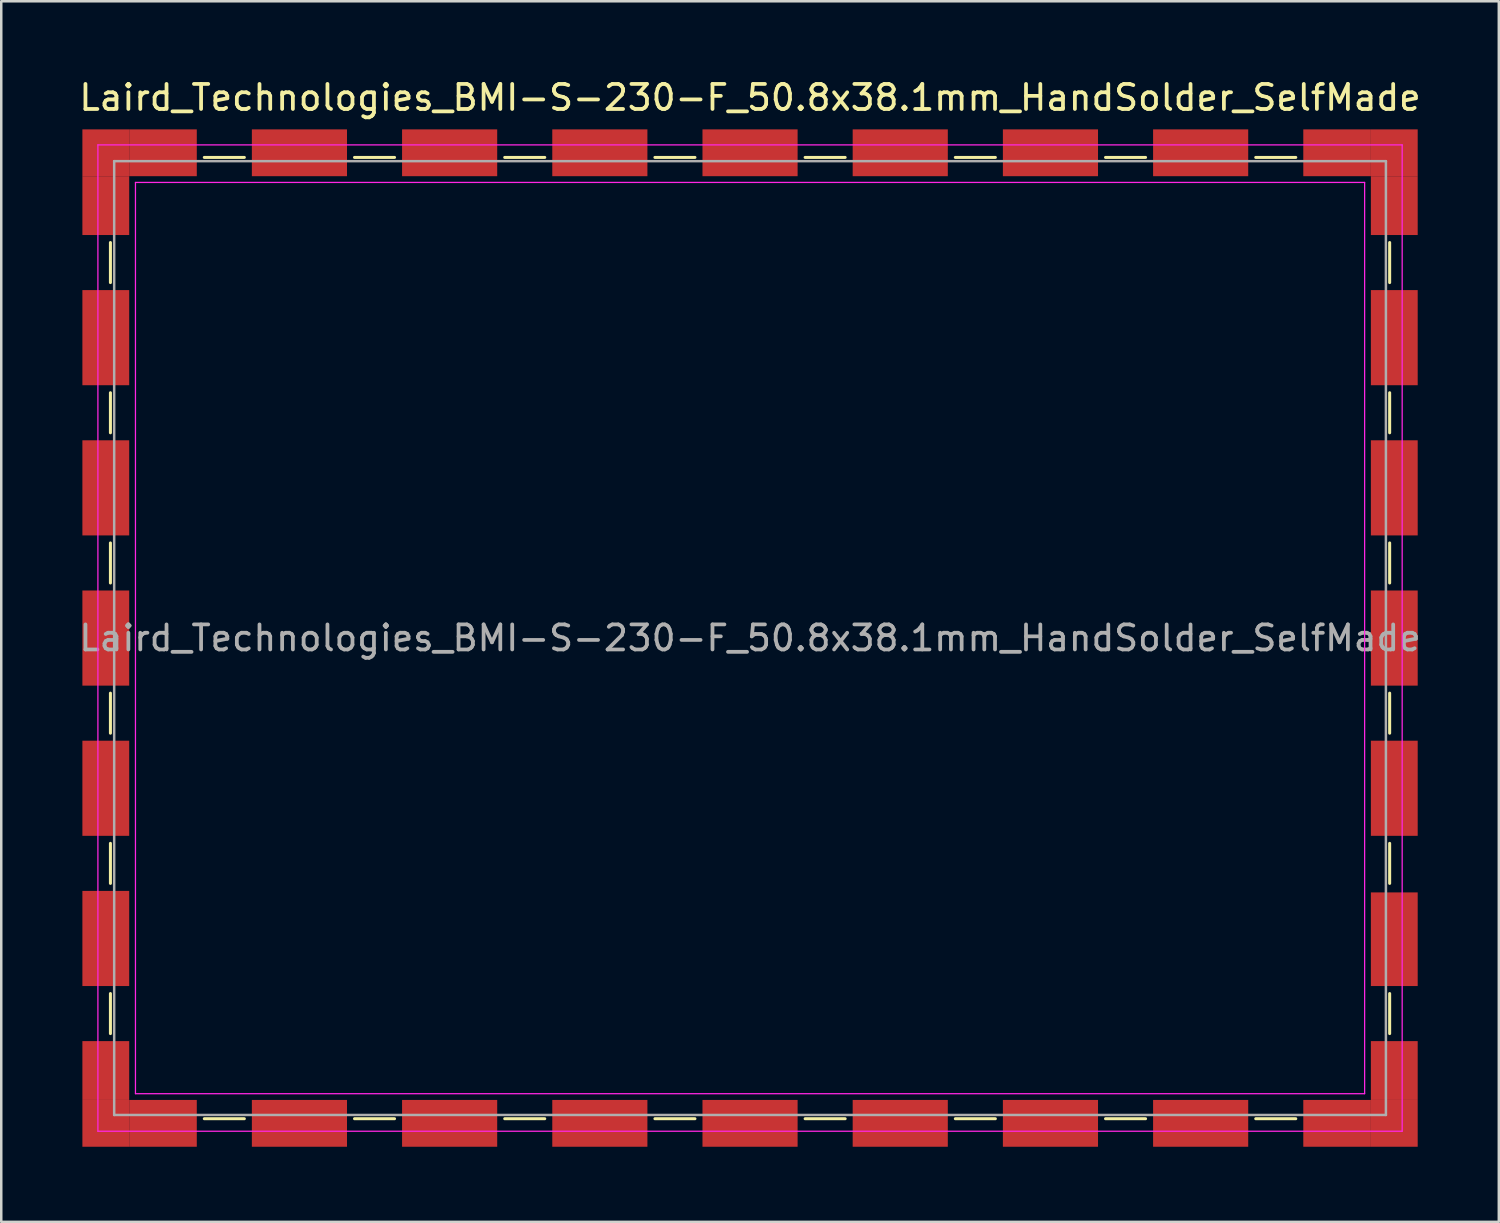
<source format=kicad_pcb>
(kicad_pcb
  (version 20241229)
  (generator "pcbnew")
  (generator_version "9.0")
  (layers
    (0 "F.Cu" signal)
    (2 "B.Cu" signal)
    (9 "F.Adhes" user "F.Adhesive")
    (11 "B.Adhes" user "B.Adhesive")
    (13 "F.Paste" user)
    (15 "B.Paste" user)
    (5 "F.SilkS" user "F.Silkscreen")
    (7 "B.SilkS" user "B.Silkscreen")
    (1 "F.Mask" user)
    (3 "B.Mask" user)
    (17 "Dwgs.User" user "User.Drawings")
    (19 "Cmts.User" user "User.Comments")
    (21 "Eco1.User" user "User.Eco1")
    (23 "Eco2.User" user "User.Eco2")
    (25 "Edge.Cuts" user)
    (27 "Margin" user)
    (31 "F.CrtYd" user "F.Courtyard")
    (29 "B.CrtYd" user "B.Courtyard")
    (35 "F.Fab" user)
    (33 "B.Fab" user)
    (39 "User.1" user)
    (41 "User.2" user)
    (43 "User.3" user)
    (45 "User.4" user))
  (footprint "Laird_Technologies_BMI-S-230-F_50.8x38.1mm_HandSolder_SelfMade"
    (layer "F.Cu")
    (at 26.911 22.438)
    (property "Reference" "Laird_Technologies_BMI-S-230-F_50.8x38.1mm_HandSolder_SelfMade" (at 0 -21.59 0) (layer "F.SilkS") (effects (font (size 1 1) (thickness 0.15))))
    (attr smd)
    (fp_line (start -25.55 -15.8) (end -25.55 -14.2) (stroke (width 0.12) (type solid)) (layer "F.SilkS"))
    (fp_line (start -25.55 -9.8) (end -25.55 -8.2) (stroke (width 0.12) (type solid)) (layer "F.SilkS"))
    (fp_line (start -25.55 -3.8) (end -25.55 -2.2) (stroke (width 0.12) (type solid)) (layer "F.SilkS"))
    (fp_line (start -25.55 2.2) (end -25.55 3.8) (stroke (width 0.12) (type solid)) (layer "F.SilkS"))
    (fp_line (start -25.55 8.2) (end -25.55 9.8) (stroke (width 0.12) (type solid)) (layer "F.SilkS"))
    (fp_line (start -25.55 14.2) (end -25.55 15.8) (stroke (width 0.12) (type solid)) (layer "F.SilkS"))
    (fp_line (start -21.8 -19.2) (end -20.2 -19.2) (stroke (width 0.12) (type solid)) (layer "F.SilkS"))
    (fp_line (start -21.8 19.2) (end -20.2 19.2) (stroke (width 0.12) (type solid)) (layer "F.SilkS"))
    (fp_line (start -15.8 -19.2) (end -14.2 -19.2) (stroke (width 0.12) (type solid)) (layer "F.SilkS"))
    (fp_line (start -15.8 19.2) (end -14.2 19.2) (stroke (width 0.12) (type solid)) (layer "F.SilkS"))
    (fp_line (start -9.8 -19.2) (end -8.2 -19.2) (stroke (width 0.12) (type solid)) (layer "F.SilkS"))
    (fp_line (start -9.8 19.2) (end -8.2 19.2) (stroke (width 0.12) (type solid)) (layer "F.SilkS"))
    (fp_line (start -3.8 -19.2) (end -2.2 -19.2) (stroke (width 0.12) (type solid)) (layer "F.SilkS"))
    (fp_line (start -3.8 19.2) (end -2.2 19.2) (stroke (width 0.12) (type solid)) (layer "F.SilkS"))
    (fp_line (start 2.2 -19.2) (end 3.8 -19.2) (stroke (width 0.12) (type solid)) (layer "F.SilkS"))
    (fp_line (start 2.2 19.2) (end 3.8 19.2) (stroke (width 0.12) (type solid)) (layer "F.SilkS"))
    (fp_line (start 8.2 -19.2) (end 9.8 -19.2) (stroke (width 0.12) (type solid)) (layer "F.SilkS"))
    (fp_line (start 8.2 19.2) (end 9.8 19.2) (stroke (width 0.12) (type solid)) (layer "F.SilkS"))
    (fp_line (start 14.2 -19.2) (end 15.8 -19.2) (stroke (width 0.12) (type solid)) (layer "F.SilkS"))
    (fp_line (start 14.2 19.2) (end 15.8 19.2) (stroke (width 0.12) (type solid)) (layer "F.SilkS"))
    (fp_line (start 20.2 -19.2) (end 21.8 -19.2) (stroke (width 0.12) (type solid)) (layer "F.SilkS"))
    (fp_line (start 20.2 19.2) (end 21.8 19.2) (stroke (width 0.12) (type solid)) (layer "F.SilkS"))
    (fp_line (start 25.55 -15.8) (end 25.55 -14.2) (stroke (width 0.12) (type solid)) (layer "F.SilkS"))
    (fp_line (start 25.55 -9.8) (end 25.55 -8.2) (stroke (width 0.12) (type solid)) (layer "F.SilkS"))
    (fp_line (start 25.55 -3.8) (end 25.55 -2.2) (stroke (width 0.12) (type solid)) (layer "F.SilkS"))
    (fp_line (start 25.55 2.2) (end 25.55 3.8) (stroke (width 0.12) (type solid)) (layer "F.SilkS"))
    (fp_line (start 25.55 8.2) (end 25.55 9.8) (stroke (width 0.12) (type solid)) (layer "F.SilkS"))
    (fp_line (start 25.55 14.2) (end 25.55 15.8) (stroke (width 0.12) (type solid)) (layer "F.SilkS"))
    (fp_line (start -26.05 -19.7) (end -26.05 19.7) (stroke (width 0.05) (type solid)) (layer "F.CrtYd"))
    (fp_line (start -26.05 19.7) (end 26.05 19.7) (stroke (width 0.05) (type solid)) (layer "F.CrtYd"))
    (fp_line (start -24.55 -18.2) (end -24.55 18.2) (stroke (width 0.05) (type solid)) (layer "F.CrtYd"))
    (fp_line (start -24.55 18.2) (end 24.55 18.2) (stroke (width 0.05) (type solid)) (layer "F.CrtYd"))
    (fp_line (start 24.55 -18.2) (end -24.55 -18.2) (stroke (width 0.05) (type solid)) (layer "F.CrtYd"))
    (fp_line (start 24.55 18.2) (end 24.55 -18.2) (stroke (width 0.05) (type solid)) (layer "F.CrtYd"))
    (fp_line (start 26.05 -19.7) (end -26.05 -19.7) (stroke (width 0.05) (type solid)) (layer "F.CrtYd"))
    (fp_line (start 26.05 19.7) (end 26.05 -19.7) (stroke (width 0.05) (type solid)) (layer "F.CrtYd"))
    (fp_line (start -25.4 -19.05) (end -25.4 19.05) (stroke (width 0.1) (type solid)) (layer "F.Fab"))
    (fp_line (start -25.4 19.05) (end 25.4 19.05) (stroke (width 0.1) (type solid)) (layer "F.Fab"))
    (fp_line (start 25.4 -19.05) (end -25.4 -19.05) (stroke (width 0.1) (type solid)) (layer "F.Fab"))
    (fp_line (start 25.4 19.05) (end 25.4 -19.05) (stroke (width 0.1) (type solid)) (layer "F.Fab"))
    (fp_text user "${REFERENCE}" (at 0 0 0) (layer "F.Fab") (effects (font (size 1 1) (thickness 0.15))))
    (pad "1" smd rect (at -25.735 -19.385) (size 1.87 1.87) (layers "F.Cu" "F.Mask" "F.Paste"))
    (pad "1" smd rect (at -25.735 -17.275) (size 1.87 2.35) (layers "F.Cu" "F.Mask" "F.Paste"))
    (pad "1" smd rect (at -25.735 -12) (size 1.87 3.8) (layers "F.Cu" "F.Mask" "F.Paste"))
    (pad "1" smd rect (at -25.735 -6) (size 1.87 3.8) (layers "F.Cu" "F.Mask" "F.Paste"))
    (pad "1" smd rect (at -25.735 0) (size 1.87 3.8) (layers "F.Cu" "F.Mask" "F.Paste"))
    (pad "1" smd rect (at -25.735 6) (size 1.87 3.8) (layers "F.Cu" "F.Mask" "F.Paste"))
    (pad "1" smd rect (at -25.735 12) (size 1.87 3.8) (layers "F.Cu" "F.Mask" "F.Paste"))
    (pad "1" smd rect (at -25.735 17.275) (size 1.87 2.35) (layers "F.Cu" "F.Mask" "F.Paste"))
    (pad "1" smd rect (at -25.735 19.385) (size 1.87 1.87) (layers "F.Cu" "F.Mask" "F.Paste"))
    (pad "1" smd rect (at -23.45 -19.385) (size 2.7 1.87) (layers "F.Cu" "F.Mask" "F.Paste"))
    (pad "1" smd rect (at -23.45 19.385) (size 2.7 1.87) (layers "F.Cu" "F.Mask" "F.Paste"))
    (pad "1" smd rect (at -18 -19.385) (size 3.8 1.87) (layers "F.Cu" "F.Mask" "F.Paste"))
    (pad "1" smd rect (at -18 19.385) (size 3.8 1.87) (layers "F.Cu" "F.Mask" "F.Paste"))
    (pad "1" smd rect (at -12 -19.385) (size 3.8 1.87) (layers "F.Cu" "F.Mask" "F.Paste"))
    (pad "1" smd rect (at -12 19.385) (size 3.8 1.87) (layers "F.Cu" "F.Mask" "F.Paste"))
    (pad "1" smd rect (at -6 -19.385) (size 3.8 1.87) (layers "F.Cu" "F.Mask" "F.Paste"))
    (pad "1" smd rect (at -6 19.385) (size 3.8 1.87) (layers "F.Cu" "F.Mask" "F.Paste"))
    (pad "1" smd rect (at 0 -19.385) (size 3.8 1.87) (layers "F.Cu" "F.Mask" "F.Paste"))
    (pad "1" smd rect (at 0 19.385) (size 3.8 1.87) (layers "F.Cu" "F.Mask" "F.Paste"))
    (pad "1" smd rect (at 6 -19.385) (size 3.8 1.87) (layers "F.Cu" "F.Mask" "F.Paste"))
    (pad "1" smd rect (at 6 19.385) (size 3.8 1.87) (layers "F.Cu" "F.Mask" "F.Paste"))
    (pad "1" smd rect (at 12 -19.385) (size 3.8 1.87) (layers "F.Cu" "F.Mask" "F.Paste"))
    (pad "1" smd rect (at 12 19.385) (size 3.8 1.87) (layers "F.Cu" "F.Mask" "F.Paste"))
    (pad "1" smd rect (at 18 -19.385) (size 3.8 1.87) (layers "F.Cu" "F.Mask" "F.Paste"))
    (pad "1" smd rect (at 18 19.385) (size 3.8 1.87) (layers "F.Cu" "F.Mask" "F.Paste"))
    (pad "1" smd rect (at 23.45 -19.385) (size 2.7 1.87) (layers "F.Cu" "F.Mask" "F.Paste"))
    (pad "1" smd rect (at 23.45 19.385) (size 2.7 1.87) (layers "F.Cu" "F.Mask" "F.Paste"))
    (pad "1" smd rect (at 25.735 -19.385) (size 1.87 1.87) (layers "F.Cu" "F.Mask" "F.Paste"))
    (pad "1" smd rect (at 25.735 -17.275) (size 1.87 2.35) (layers "F.Cu" "F.Mask" "F.Paste"))
    (pad "1" smd rect (at 25.735 -12) (size 1.87 3.8) (layers "F.Cu" "F.Mask" "F.Paste"))
    (pad "1" smd rect (at 25.735 -6) (size 1.87 3.8) (layers "F.Cu" "F.Mask" "F.Paste"))
    (pad "1" smd rect (at 25.735 0) (size 1.87 3.8) (layers "F.Cu" "F.Mask" "F.Paste"))
    (pad "1" smd rect (at 25.735 6) (size 1.87 3.8) (layers "F.Cu" "F.Mask" "F.Paste"))
    (pad "1" smd rect (at 25.735 12.03) (size 1.87 3.74) (layers "F.Cu" "F.Mask" "F.Paste"))
    (pad "1" smd rect (at 25.735 17.275) (size 1.87 2.35) (layers "F.Cu" "F.Mask" "F.Paste"))
    (pad "1" smd rect (at 25.735 19.385) (size 1.87 1.87) (layers "F.Cu" "F.Mask" "F.Paste")))
  (gr_rect
    (start -3 -3)
    (end 56.821 45.758)
    (stroke (width 0.1) (type default))
    (fill no)
    (layer "Edge.Cuts")))
</source>
